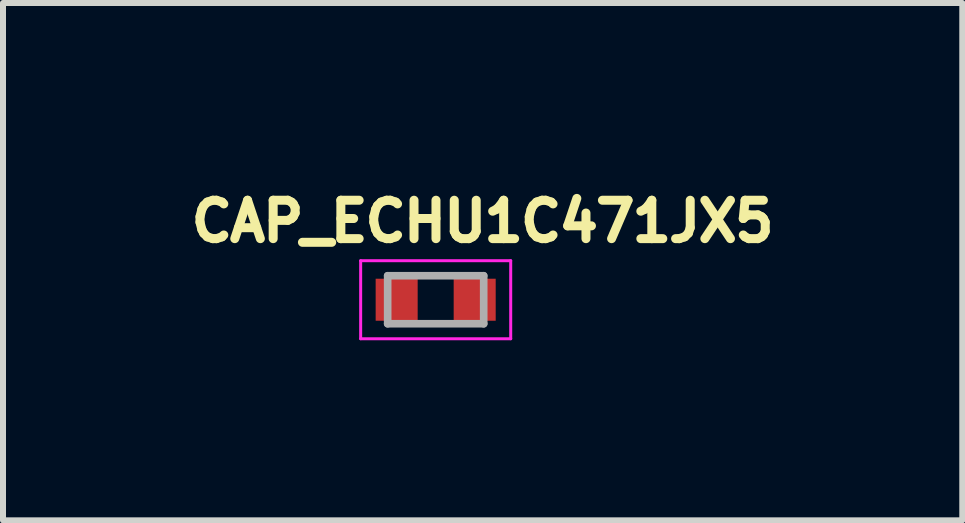
<source format=kicad_pcb>
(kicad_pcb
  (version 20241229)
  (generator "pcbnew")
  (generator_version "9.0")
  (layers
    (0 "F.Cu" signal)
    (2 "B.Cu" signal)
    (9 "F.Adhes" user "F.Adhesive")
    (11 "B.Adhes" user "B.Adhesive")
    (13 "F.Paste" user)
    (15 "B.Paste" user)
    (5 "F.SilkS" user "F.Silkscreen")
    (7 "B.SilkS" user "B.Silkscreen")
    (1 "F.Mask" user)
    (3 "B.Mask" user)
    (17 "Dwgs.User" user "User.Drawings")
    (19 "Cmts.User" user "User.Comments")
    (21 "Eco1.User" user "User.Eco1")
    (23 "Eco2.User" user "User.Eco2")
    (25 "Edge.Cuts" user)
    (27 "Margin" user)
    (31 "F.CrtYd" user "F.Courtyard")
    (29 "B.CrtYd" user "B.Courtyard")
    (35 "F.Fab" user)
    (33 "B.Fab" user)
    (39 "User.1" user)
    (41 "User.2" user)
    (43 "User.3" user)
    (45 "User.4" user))
  (footprint "CAP_ECHU1C471JX5"
    (layer "F.Cu")
    (at 4.209 1.944)
    (property "Reference" "CAP_ECHU1C471JX5" (at 0.782 -1.306 0) (layer "F.SilkS") (effects (font (size 0.64 0.64) (thickness 0.15))))
    (attr smd)
    (fp_line (start -1.25 -0.65) (end -1.25 0.65) (stroke (width 0.05) (type solid)) (layer "F.CrtYd"))
    (fp_line (start -1.25 0.65) (end 1.25 0.65) (stroke (width 0.05) (type solid)) (layer "F.CrtYd"))
    (fp_line (start 1.25 -0.65) (end -1.25 -0.65) (stroke (width 0.05) (type solid)) (layer "F.CrtYd"))
    (fp_line (start 1.25 0.65) (end 1.25 -0.65) (stroke (width 0.05) (type solid)) (layer "F.CrtYd"))
    (fp_line (start -0.8 -0.4) (end -0.8 0.4) (stroke (width 0.127) (type solid)) (layer "F.Fab"))
    (fp_line (start -0.8 -0.4) (end 0.8 -0.4) (stroke (width 0.127) (type solid)) (layer "F.Fab"))
    (fp_line (start -0.8 0.4) (end 0.8 0.4) (stroke (width 0.127) (type solid)) (layer "F.Fab"))
    (fp_line (start 0.8 -0.4) (end 0.8 0.4) (stroke (width 0.127) (type solid)) (layer "F.Fab"))
    (pad "1" smd rect (at -0.65 0) (size 0.7 0.7) (layers "F.Cu" "F.Mask" "F.Paste"))
    (pad "2" smd rect (at 0.65 0) (size 0.7 0.7) (layers "F.Cu" "F.Mask" "F.Paste")))
  (gr_rect
    (start -3 -3)
    (end 12.983 5.619)
    (stroke (width 0.1) (type default))
    (fill no)
    (layer "Edge.Cuts")))
</source>
